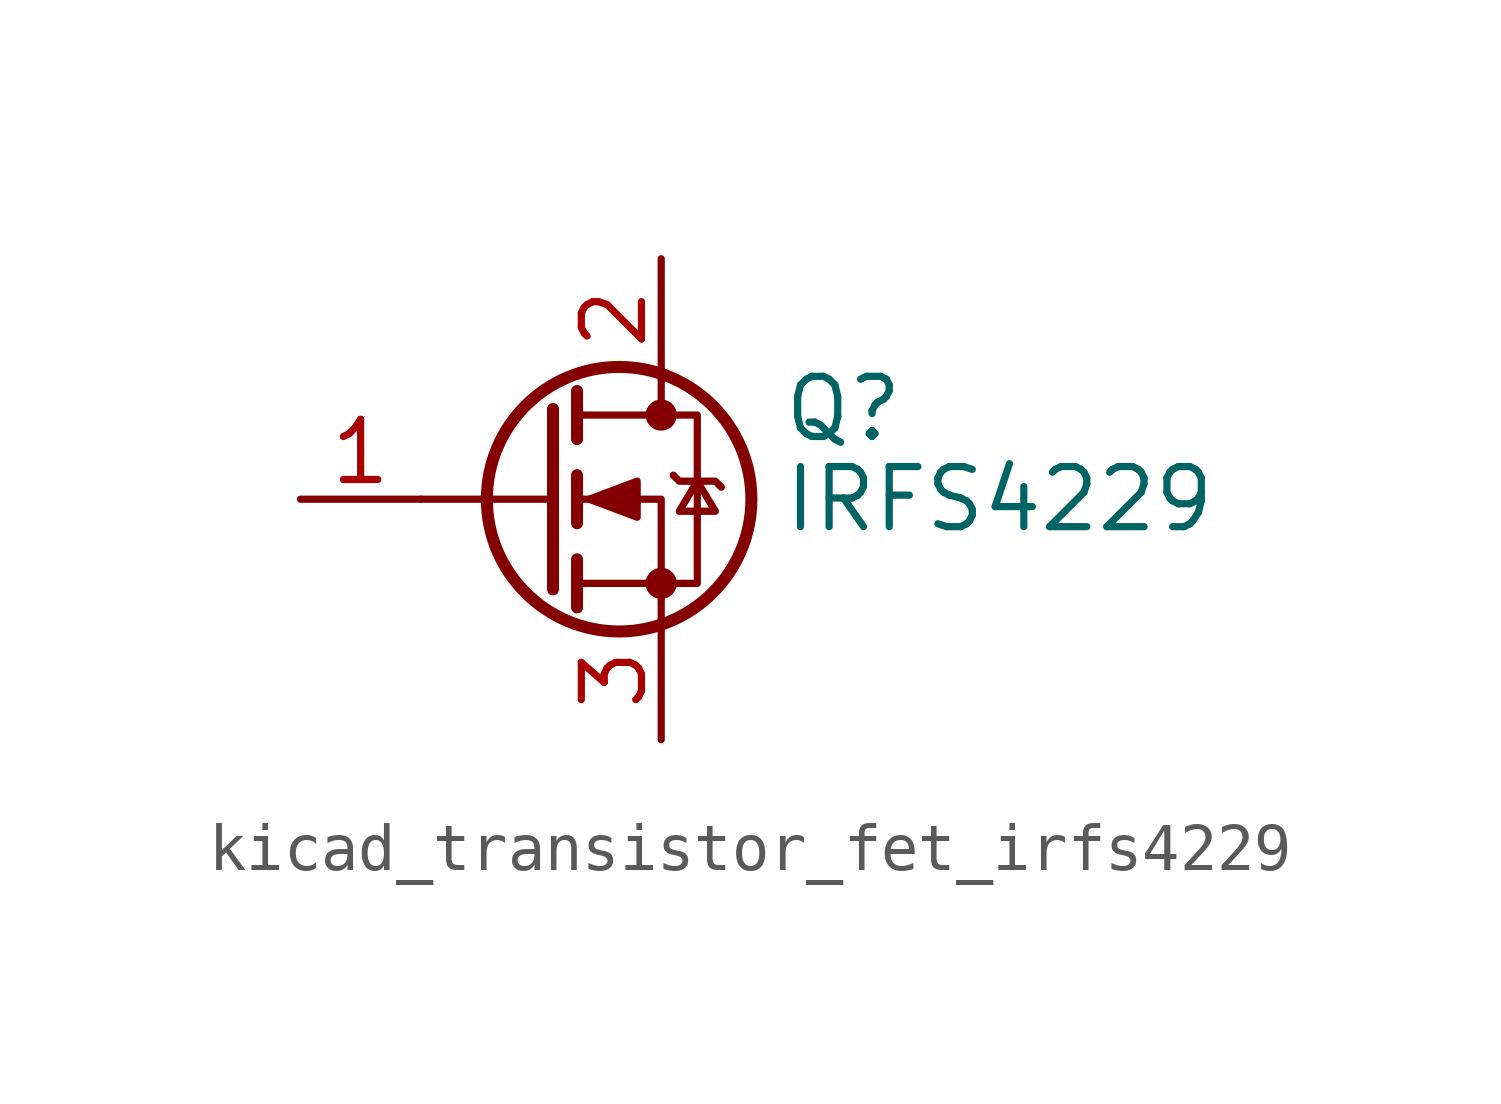
<source format=kicad_sym>
(kicad_symbol_lib
  (version 20220914)
  (generator kicad_symbol_editor)
  (symbol "kicad_transistor_fet_irfs4229"
    (pin_names hide)
    (property "Reference" "Q"
      (at 5.08 1.905 0)
      (effects (font (size 1.27 1.27)) (justify left)))
    (property "Value" "IRFS4229"
      (at 5.08 0 0)
      (effects (font (size 1.27 1.27)) (justify left)))
    (symbol "kicad_transistor_fet_irfs4229_0_1"
      (polyline (pts (xy 0.254 0) (xy -2.54 0)) (stroke (width 0) (type default)) (fill (type none)))
      (polyline (pts (xy 0.254 1.905) (xy 0.254 -1.905)) (stroke (width 0.254) (type default)) (fill (type none)))
      (polyline (pts (xy 0.762 -1.27) (xy 0.762 -2.286)) (stroke (width 0.254) (type default)) (fill (type none)))
      (polyline (pts (xy 0.762 0.508) (xy 0.762 -0.508)) (stroke (width 0.254) (type default)) (fill (type none)))
      (polyline (pts (xy 0.762 2.286) (xy 0.762 1.27)) (stroke (width 0.254) (type default)) (fill (type none)))
      (polyline (pts (xy 2.54 2.54) (xy 2.54 1.778)) (stroke (width 0) (type default)) (fill (type none)))
      (polyline (pts (xy 2.54 -2.54) (xy 2.54 0) (xy 0.762 0)) (stroke (width 0) (type default)) (fill (type none)))
      (polyline (pts (xy 0.762 -1.778) (xy 3.302 -1.778) (xy 3.302 1.778) (xy 0.762 1.778)) (stroke (width 0) (type default)) (fill (type none)))
      (polyline (pts (xy 1.016 0) (xy 2.032 0.381) (xy 2.032 -0.381) (xy 1.016 0)) (stroke (width 0) (type default)) (fill (type outline)))
      (polyline (pts (xy 2.794 0.508) (xy 2.921 0.381) (xy 3.683 0.381) (xy 3.81 0.254)) (stroke (width 0) (type default)) (fill (type none)))
      (polyline (pts (xy 3.302 0.381) (xy 2.921 -0.254) (xy 3.683 -0.254) (xy 3.302 0.381)) (stroke (width 0) (type default)) (fill (type none)))
      (circle (center 1.651 0) (radius 2.794) (stroke (width 0.254) (type default)) (fill (type none)))
      (circle (center 2.54 -1.778) (radius 0.254) (stroke (width 0) (type default)) (fill (type outline)))
      (circle (center 2.54 1.778) (radius 0.254) (stroke (width 0) (type default)) (fill (type outline))))
    (symbol "kicad_transistor_fet_irfs4229_1_1"
      (pin passive line (at -5.08 0 0) (length 2.54) (name "G" (effects (font (size 1.27 1.27)))) (number "1" (effects (font (size 1.27 1.27)))))
      (pin passive line (at 2.54 5.08 270) (length 2.54) (name "D" (effects (font (size 1.27 1.27)))) (number "2" (effects (font (size 1.27 1.27)))))
      (pin passive line (at 2.54 -5.08 90) (length 2.54) (name "S" (effects (font (size 1.27 1.27)))) (number "3" (effects (font (size 1.27 1.27))))))))
</source>
